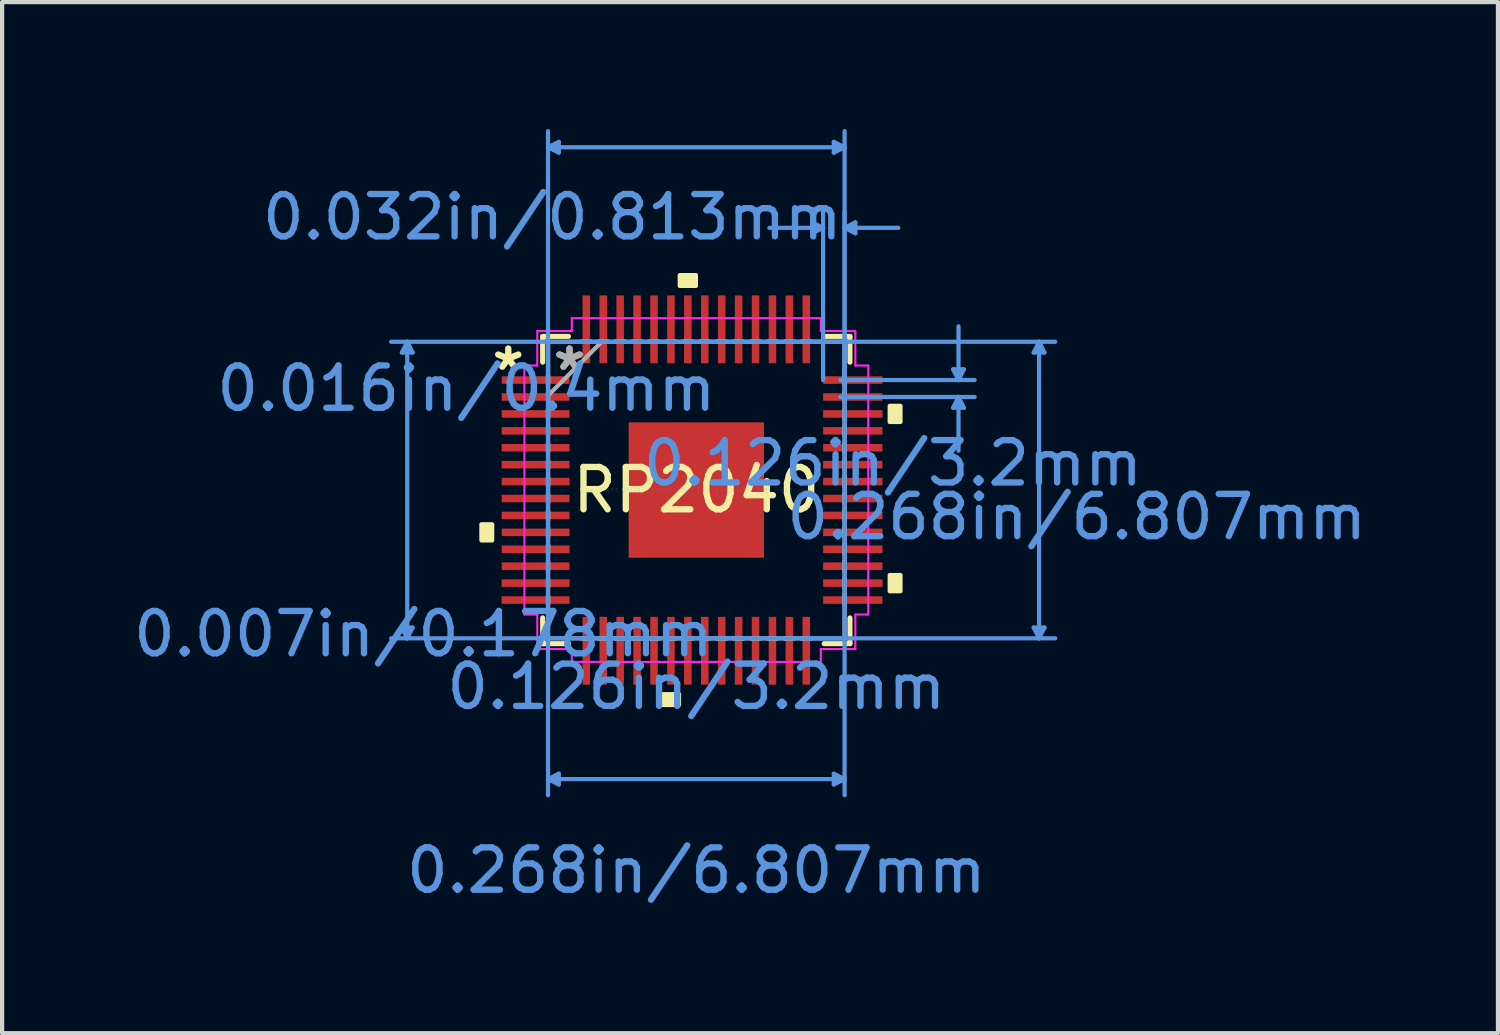
<source format=kicad_pcb>
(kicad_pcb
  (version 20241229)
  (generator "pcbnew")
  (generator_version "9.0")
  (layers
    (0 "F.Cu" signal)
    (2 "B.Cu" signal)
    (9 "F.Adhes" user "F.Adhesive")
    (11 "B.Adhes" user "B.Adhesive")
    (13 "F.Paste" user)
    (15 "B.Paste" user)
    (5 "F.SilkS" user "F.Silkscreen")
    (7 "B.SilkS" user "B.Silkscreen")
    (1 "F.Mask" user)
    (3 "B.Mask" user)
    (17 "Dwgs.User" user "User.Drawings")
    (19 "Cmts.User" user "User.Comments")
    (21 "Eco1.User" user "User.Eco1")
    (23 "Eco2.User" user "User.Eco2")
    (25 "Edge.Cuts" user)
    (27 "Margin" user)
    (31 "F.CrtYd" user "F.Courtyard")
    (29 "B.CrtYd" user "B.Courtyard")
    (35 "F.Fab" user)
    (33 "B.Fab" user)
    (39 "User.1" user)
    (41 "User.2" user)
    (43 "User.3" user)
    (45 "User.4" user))
  (footprint "RP2040"
    (layer "F.Cu")
    (at 13.41 8.534)
    (property "Reference" "RP2040" (at 0 0 0) (layer "F.SilkS") (effects (font (size 1 1) (thickness 0.15))))
    (attr through_hole)
    (fp_line (start -3.632 -3.632) (end -3.632 -3.022) (stroke (width 0.12) (type solid)) (layer "F.SilkS"))
    (fp_line (start -3.632 3.022) (end -3.632 3.632) (stroke (width 0.12) (type solid)) (layer "F.SilkS"))
    (fp_line (start -3.632 3.632) (end -3.022 3.632) (stroke (width 0.12) (type solid)) (layer "F.SilkS"))
    (fp_line (start -3.022 -3.632) (end -3.632 -3.632) (stroke (width 0.12) (type solid)) (layer "F.SilkS"))
    (fp_line (start 3.022 3.632) (end 3.632 3.632) (stroke (width 0.12) (type solid)) (layer "F.SilkS"))
    (fp_line (start 3.632 -3.632) (end 3.022 -3.632) (stroke (width 0.12) (type solid)) (layer "F.SilkS"))
    (fp_line (start 3.632 -3.022) (end 3.632 -3.632) (stroke (width 0.12) (type solid)) (layer "F.SilkS"))
    (fp_line (start 3.632 3.632) (end 3.632 3.022) (stroke (width 0.12) (type solid)) (layer "F.SilkS"))
    (fp_poly (pts (xy -5.08 0.81) (xy -5.08 1.191) (xy -4.826 1.191) (xy -4.826 0.81)) (stroke (width 0.1) (type solid)) (fill yes) (layer "F.SilkS"))
    (fp_poly (pts (xy -0.79 4.826) (xy -0.79 5.08) (xy -0.409 5.08) (xy -0.409 4.826)) (stroke (width 0.1) (type solid)) (fill yes) (layer "F.SilkS"))
    (fp_poly (pts (xy -0.391 -4.826) (xy -0.391 -5.08) (xy -0.009 -5.08) (xy -0.009 -4.826)) (stroke (width 0.1) (type solid)) (fill yes) (layer "F.SilkS"))
    (fp_poly (pts (xy 4.826 -1.99) (xy 4.826 -1.609) (xy 4.572 -1.609) (xy 4.572 -1.99)) (stroke (width 0.1) (type solid)) (fill yes) (layer "F.SilkS"))
    (fp_poly (pts (xy 4.826 2.01) (xy 4.826 2.391) (xy 4.572 2.391) (xy 4.572 2.01)) (stroke (width 0.1) (type solid)) (fill yes) (layer "F.SilkS"))
    (fp_poly (pts (xy -1.5 -1.5) (xy -1.5 -0.1) (xy -0.1 -0.1) (xy -0.1 -1.5)) (stroke (width 0.1) (type solid)) (fill yes) (layer "F.Paste"))
    (fp_poly (pts (xy -1.5 0.1) (xy -1.5 1.5) (xy -0.1 1.5) (xy -0.1 0.1)) (stroke (width 0.1) (type solid)) (fill yes) (layer "F.Paste"))
    (fp_poly (pts (xy 0.1 -1.5) (xy 0.1 -0.1) (xy 1.5 -0.1) (xy 1.5 -1.5)) (stroke (width 0.1) (type solid)) (fill yes) (layer "F.Paste"))
    (fp_poly (pts (xy 0.1 0.1) (xy 0.1 1.5) (xy 1.5 1.5) (xy 1.5 0.1)) (stroke (width 0.1) (type solid)) (fill yes) (layer "F.Paste"))
    (fp_line (start -6.96 -3.251) (end -6.706 -3.251) (stroke (width 0.1) (type solid)) (layer "Cmts.User"))
    (fp_line (start -6.96 3.251) (end -6.706 3.251) (stroke (width 0.1) (type solid)) (layer "Cmts.User"))
    (fp_line (start -6.833 -3.505) (end -6.96 -3.251) (stroke (width 0.1) (type solid)) (layer "Cmts.User"))
    (fp_line (start -6.833 -3.505) (end -6.833 3.505) (stroke (width 0.1) (type solid)) (layer "Cmts.User"))
    (fp_line (start -6.833 -3.505) (end -6.706 -3.251) (stroke (width 0.1) (type solid)) (layer "Cmts.User"))
    (fp_line (start -6.833 3.505) (end -6.96 3.251) (stroke (width 0.1) (type solid)) (layer "Cmts.User"))
    (fp_line (start -6.833 3.505) (end -6.706 3.251) (stroke (width 0.1) (type solid)) (layer "Cmts.User"))
    (fp_line (start -3.505 -8.103) (end -3.251 -8.23) (stroke (width 0.1) (type solid)) (layer "Cmts.User"))
    (fp_line (start -3.505 -8.103) (end -3.251 -7.976) (stroke (width 0.1) (type solid)) (layer "Cmts.User"))
    (fp_line (start -3.505 -8.103) (end 3.505 -8.103) (stroke (width 0.1) (type solid)) (layer "Cmts.User"))
    (fp_line (start -3.505 -3.505) (end -3.505 7.214) (stroke (width 0.1) (type solid)) (layer "Cmts.User"))
    (fp_line (start -3.505 -2.6) (end -3.505 -8.484) (stroke (width 0.1) (type solid)) (layer "Cmts.User"))
    (fp_line (start -3.505 6.833) (end -3.251 6.706) (stroke (width 0.1) (type solid)) (layer "Cmts.User"))
    (fp_line (start -3.505 6.833) (end -3.251 6.96) (stroke (width 0.1) (type solid)) (layer "Cmts.User"))
    (fp_line (start -3.505 6.833) (end 3.505 6.833) (stroke (width 0.1) (type solid)) (layer "Cmts.User"))
    (fp_line (start -3.251 -8.23) (end -3.251 -7.976) (stroke (width 0.1) (type solid)) (layer "Cmts.User"))
    (fp_line (start -3.251 6.706) (end -3.251 6.96) (stroke (width 0.1) (type solid)) (layer "Cmts.User"))
    (fp_line (start 2.6 -3.505) (end 8.484 -3.505) (stroke (width 0.1) (type solid)) (layer "Cmts.User"))
    (fp_line (start 2.6 3.505) (end 8.484 3.505) (stroke (width 0.1) (type solid)) (layer "Cmts.User"))
    (fp_line (start 2.743 -6.325) (end 2.743 -6.071) (stroke (width 0.1) (type solid)) (layer "Cmts.User"))
    (fp_line (start 2.997 -6.198) (end 1.727 -6.198) (stroke (width 0.1) (type solid)) (layer "Cmts.User"))
    (fp_line (start 2.997 -6.198) (end 2.743 -6.325) (stroke (width 0.1) (type solid)) (layer "Cmts.User"))
    (fp_line (start 2.997 -6.198) (end 2.743 -6.071) (stroke (width 0.1) (type solid)) (layer "Cmts.User"))
    (fp_line (start 2.997 -2.6) (end 2.997 -6.579) (stroke (width 0.1) (type solid)) (layer "Cmts.User"))
    (fp_line (start 3.251 -8.23) (end 3.251 -7.976) (stroke (width 0.1) (type solid)) (layer "Cmts.User"))
    (fp_line (start 3.251 6.706) (end 3.251 6.96) (stroke (width 0.1) (type solid)) (layer "Cmts.User"))
    (fp_line (start 3.404 -2.6) (end 6.579 -2.6) (stroke (width 0.1) (type solid)) (layer "Cmts.User"))
    (fp_line (start 3.404 -2.2) (end 6.579 -2.2) (stroke (width 0.1) (type solid)) (layer "Cmts.User"))
    (fp_line (start 3.505 -8.103) (end 3.251 -8.23) (stroke (width 0.1) (type solid)) (layer "Cmts.User"))
    (fp_line (start 3.505 -8.103) (end 3.251 -7.976) (stroke (width 0.1) (type solid)) (layer "Cmts.User"))
    (fp_line (start 3.505 -6.198) (end 3.759 -6.325) (stroke (width 0.1) (type solid)) (layer "Cmts.User"))
    (fp_line (start 3.505 -6.198) (end 3.759 -6.071) (stroke (width 0.1) (type solid)) (layer "Cmts.User"))
    (fp_line (start 3.505 -6.198) (end 4.775 -6.198) (stroke (width 0.1) (type solid)) (layer "Cmts.User"))
    (fp_line (start 3.505 -3.505) (end -7.214 -3.505) (stroke (width 0.1) (type solid)) (layer "Cmts.User"))
    (fp_line (start 3.505 -3.505) (end 3.505 7.214) (stroke (width 0.1) (type solid)) (layer "Cmts.User"))
    (fp_line (start 3.505 -2.6) (end 3.505 -8.484) (stroke (width 0.1) (type solid)) (layer "Cmts.User"))
    (fp_line (start 3.505 -2.6) (end 3.505 -6.579) (stroke (width 0.1) (type solid)) (layer "Cmts.User"))
    (fp_line (start 3.505 3.505) (end -7.214 3.505) (stroke (width 0.1) (type solid)) (layer "Cmts.User"))
    (fp_line (start 3.505 6.833) (end 3.251 6.706) (stroke (width 0.1) (type solid)) (layer "Cmts.User"))
    (fp_line (start 3.505 6.833) (end 3.251 6.96) (stroke (width 0.1) (type solid)) (layer "Cmts.User"))
    (fp_line (start 3.759 -6.325) (end 3.759 -6.071) (stroke (width 0.1) (type solid)) (layer "Cmts.User"))
    (fp_line (start 6.071 -2.854) (end 6.325 -2.854) (stroke (width 0.1) (type solid)) (layer "Cmts.User"))
    (fp_line (start 6.071 -1.946) (end 6.325 -1.946) (stroke (width 0.1) (type solid)) (layer "Cmts.User"))
    (fp_line (start 6.198 -2.6) (end 6.071 -2.854) (stroke (width 0.1) (type solid)) (layer "Cmts.User"))
    (fp_line (start 6.198 -2.6) (end 6.198 -3.87) (stroke (width 0.1) (type solid)) (layer "Cmts.User"))
    (fp_line (start 6.198 -2.6) (end 6.325 -2.854) (stroke (width 0.1) (type solid)) (layer "Cmts.User"))
    (fp_line (start 6.198 -2.2) (end 6.071 -1.946) (stroke (width 0.1) (type solid)) (layer "Cmts.User"))
    (fp_line (start 6.198 -2.2) (end 6.198 -0.93) (stroke (width 0.1) (type solid)) (layer "Cmts.User"))
    (fp_line (start 6.198 -2.2) (end 6.325 -1.946) (stroke (width 0.1) (type solid)) (layer "Cmts.User"))
    (fp_line (start 7.976 -3.251) (end 8.23 -3.251) (stroke (width 0.1) (type solid)) (layer "Cmts.User"))
    (fp_line (start 7.976 3.251) (end 8.23 3.251) (stroke (width 0.1) (type solid)) (layer "Cmts.User"))
    (fp_line (start 8.103 -3.505) (end 7.976 -3.251) (stroke (width 0.1) (type solid)) (layer "Cmts.User"))
    (fp_line (start 8.103 -3.505) (end 8.103 3.505) (stroke (width 0.1) (type solid)) (layer "Cmts.User"))
    (fp_line (start 8.103 -3.505) (end 8.23 -3.251) (stroke (width 0.1) (type solid)) (layer "Cmts.User"))
    (fp_line (start 8.103 3.505) (end 7.976 3.251) (stroke (width 0.1) (type solid)) (layer "Cmts.User"))
    (fp_line (start 8.103 3.505) (end 8.23 3.251) (stroke (width 0.1) (type solid)) (layer "Cmts.User"))
    (fp_line (start -4.064 -2.943) (end -3.759 -2.943) (stroke (width 0.05) (type solid)) (layer "F.CrtYd"))
    (fp_line (start -4.064 2.943) (end -4.064 -2.943) (stroke (width 0.05) (type solid)) (layer "F.CrtYd"))
    (fp_line (start -3.759 -3.759) (end -2.943 -3.759) (stroke (width 0.05) (type solid)) (layer "F.CrtYd"))
    (fp_line (start -3.759 -2.943) (end -3.759 -3.759) (stroke (width 0.05) (type solid)) (layer "F.CrtYd"))
    (fp_line (start -3.759 2.943) (end -4.064 2.943) (stroke (width 0.05) (type solid)) (layer "F.CrtYd"))
    (fp_line (start -3.759 3.759) (end -3.759 2.943) (stroke (width 0.05) (type solid)) (layer "F.CrtYd"))
    (fp_line (start -2.943 -4.064) (end 2.943 -4.064) (stroke (width 0.05) (type solid)) (layer "F.CrtYd"))
    (fp_line (start -2.943 -3.759) (end -2.943 -4.064) (stroke (width 0.05) (type solid)) (layer "F.CrtYd"))
    (fp_line (start -2.943 3.759) (end -3.759 3.759) (stroke (width 0.05) (type solid)) (layer "F.CrtYd"))
    (fp_line (start -2.943 4.064) (end -2.943 3.759) (stroke (width 0.05) (type solid)) (layer "F.CrtYd"))
    (fp_line (start 2.943 -4.064) (end 2.943 -3.759) (stroke (width 0.05) (type solid)) (layer "F.CrtYd"))
    (fp_line (start 2.943 -3.759) (end 3.759 -3.759) (stroke (width 0.05) (type solid)) (layer "F.CrtYd"))
    (fp_line (start 2.943 3.759) (end 2.943 4.064) (stroke (width 0.05) (type solid)) (layer "F.CrtYd"))
    (fp_line (start 2.943 4.064) (end -2.943 4.064) (stroke (width 0.05) (type solid)) (layer "F.CrtYd"))
    (fp_line (start 3.759 -3.759) (end 3.759 -2.943) (stroke (width 0.05) (type solid)) (layer "F.CrtYd"))
    (fp_line (start 3.759 -2.943) (end 4.064 -2.943) (stroke (width 0.05) (type solid)) (layer "F.CrtYd"))
    (fp_line (start 3.759 2.943) (end 3.759 3.759) (stroke (width 0.05) (type solid)) (layer "F.CrtYd"))
    (fp_line (start 3.759 3.759) (end 2.943 3.759) (stroke (width 0.05) (type solid)) (layer "F.CrtYd"))
    (fp_line (start 4.064 -2.943) (end 4.064 2.943) (stroke (width 0.05) (type solid)) (layer "F.CrtYd"))
    (fp_line (start 4.064 2.943) (end 3.759 2.943) (stroke (width 0.05) (type solid)) (layer "F.CrtYd"))
    (fp_line (start -3.505 -3.505) (end -3.505 -3.505) (stroke (width 0.1) (type solid)) (layer "F.Fab"))
    (fp_line (start -3.505 -3.505) (end -3.505 3.505) (stroke (width 0.1) (type solid)) (layer "F.Fab"))
    (fp_line (start -3.505 -2.714) (end -3.505 -2.714) (stroke (width 0.1) (type solid)) (layer "F.Fab"))
    (fp_line (start -3.505 -2.714) (end -3.505 -2.486) (stroke (width 0.1) (type solid)) (layer "F.Fab"))
    (fp_line (start -3.505 -2.486) (end -3.505 -2.714) (stroke (width 0.1) (type solid)) (layer "F.Fab"))
    (fp_line (start -3.505 -2.486) (end -3.505 -2.486) (stroke (width 0.1) (type solid)) (layer "F.Fab"))
    (fp_line (start -3.505 -2.314) (end -3.505 -2.314) (stroke (width 0.1) (type solid)) (layer "F.Fab"))
    (fp_line (start -3.505 -2.314) (end -3.505 -2.086) (stroke (width 0.1) (type solid)) (layer "F.Fab"))
    (fp_line (start -3.505 -2.235) (end -2.235 -3.505) (stroke (width 0.1) (type solid)) (layer "F.Fab"))
    (fp_line (start -3.505 -2.086) (end -3.505 -2.314) (stroke (width 0.1) (type solid)) (layer "F.Fab"))
    (fp_line (start -3.505 -2.086) (end -3.505 -2.086) (stroke (width 0.1) (type solid)) (layer "F.Fab"))
    (fp_line (start -3.505 -1.914) (end -3.505 -1.914) (stroke (width 0.1) (type solid)) (layer "F.Fab"))
    (fp_line (start -3.505 -1.914) (end -3.505 -1.686) (stroke (width 0.1) (type solid)) (layer "F.Fab"))
    (fp_line (start -3.505 -1.686) (end -3.505 -1.914) (stroke (width 0.1) (type solid)) (layer "F.Fab"))
    (fp_line (start -3.505 -1.686) (end -3.505 -1.686) (stroke (width 0.1) (type solid)) (layer "F.Fab"))
    (fp_line (start -3.505 -1.514) (end -3.505 -1.514) (stroke (width 0.1) (type solid)) (layer "F.Fab"))
    (fp_line (start -3.505 -1.514) (end -3.505 -1.286) (stroke (width 0.1) (type solid)) (layer "F.Fab"))
    (fp_line (start -3.505 -1.286) (end -3.505 -1.514) (stroke (width 0.1) (type solid)) (layer "F.Fab"))
    (fp_line (start -3.505 -1.286) (end -3.505 -1.286) (stroke (width 0.1) (type solid)) (layer "F.Fab"))
    (fp_line (start -3.505 -1.114) (end -3.505 -1.114) (stroke (width 0.1) (type solid)) (layer "F.Fab"))
    (fp_line (start -3.505 -1.114) (end -3.505 -0.886) (stroke (width 0.1) (type solid)) (layer "F.Fab"))
    (fp_line (start -3.505 -0.886) (end -3.505 -1.114) (stroke (width 0.1) (type solid)) (layer "F.Fab"))
    (fp_line (start -3.505 -0.886) (end -3.505 -0.886) (stroke (width 0.1) (type solid)) (layer "F.Fab"))
    (fp_line (start -3.505 -0.714) (end -3.505 -0.714) (stroke (width 0.1) (type solid)) (layer "F.Fab"))
    (fp_line (start -3.505 -0.714) (end -3.505 -0.486) (stroke (width 0.1) (type solid)) (layer "F.Fab"))
    (fp_line (start -3.505 -0.486) (end -3.505 -0.714) (stroke (width 0.1) (type solid)) (layer "F.Fab"))
    (fp_line (start -3.505 -0.486) (end -3.505 -0.486) (stroke (width 0.1) (type solid)) (layer "F.Fab"))
    (fp_line (start -3.505 -0.314) (end -3.505 -0.314) (stroke (width 0.1) (type solid)) (layer "F.Fab"))
    (fp_line (start -3.505 -0.314) (end -3.505 -0.086) (stroke (width 0.1) (type solid)) (layer "F.Fab"))
    (fp_line (start -3.505 -0.086) (end -3.505 -0.314) (stroke (width 0.1) (type solid)) (layer "F.Fab"))
    (fp_line (start -3.505 -0.086) (end -3.505 -0.086) (stroke (width 0.1) (type solid)) (layer "F.Fab"))
    (fp_line (start -3.505 0.086) (end -3.505 0.086) (stroke (width 0.1) (type solid)) (layer "F.Fab"))
    (fp_line (start -3.505 0.086) (end -3.505 0.314) (stroke (width 0.1) (type solid)) (layer "F.Fab"))
    (fp_line (start -3.505 0.314) (end -3.505 0.086) (stroke (width 0.1) (type solid)) (layer "F.Fab"))
    (fp_line (start -3.505 0.314) (end -3.505 0.314) (stroke (width 0.1) (type solid)) (layer "F.Fab"))
    (fp_line (start -3.505 0.486) (end -3.505 0.486) (stroke (width 0.1) (type solid)) (layer "F.Fab"))
    (fp_line (start -3.505 0.486) (end -3.505 0.714) (stroke (width 0.1) (type solid)) (layer "F.Fab"))
    (fp_line (start -3.505 0.714) (end -3.505 0.486) (stroke (width 0.1) (type solid)) (layer "F.Fab"))
    (fp_line (start -3.505 0.714) (end -3.505 0.714) (stroke (width 0.1) (type solid)) (layer "F.Fab"))
    (fp_line (start -3.505 0.886) (end -3.505 0.886) (stroke (width 0.1) (type solid)) (layer "F.Fab"))
    (fp_line (start -3.505 0.886) (end -3.505 1.114) (stroke (width 0.1) (type solid)) (layer "F.Fab"))
    (fp_line (start -3.505 1.114) (end -3.505 0.886) (stroke (width 0.1) (type solid)) (layer "F.Fab"))
    (fp_line (start -3.505 1.114) (end -3.505 1.114) (stroke (width 0.1) (type solid)) (layer "F.Fab"))
    (fp_line (start -3.505 1.286) (end -3.505 1.286) (stroke (width 0.1) (type solid)) (layer "F.Fab"))
    (fp_line (start -3.505 1.286) (end -3.505 1.514) (stroke (width 0.1) (type solid)) (layer "F.Fab"))
    (fp_line (start -3.505 1.514) (end -3.505 1.286) (stroke (width 0.1) (type solid)) (layer "F.Fab"))
    (fp_line (start -3.505 1.514) (end -3.505 1.514) (stroke (width 0.1) (type solid)) (layer "F.Fab"))
    (fp_line (start -3.505 1.686) (end -3.505 1.686) (stroke (width 0.1) (type solid)) (layer "F.Fab"))
    (fp_line (start -3.505 1.686) (end -3.505 1.914) (stroke (width 0.1) (type solid)) (layer "F.Fab"))
    (fp_line (start -3.505 1.914) (end -3.505 1.686) (stroke (width 0.1) (type solid)) (layer "F.Fab"))
    (fp_line (start -3.505 1.914) (end -3.505 1.914) (stroke (width 0.1) (type solid)) (layer "F.Fab"))
    (fp_line (start -3.505 2.086) (end -3.505 2.086) (stroke (width 0.1) (type solid)) (layer "F.Fab"))
    (fp_line (start -3.505 2.086) (end -3.505 2.314) (stroke (width 0.1) (type solid)) (layer "F.Fab"))
    (fp_line (start -3.505 2.314) (end -3.505 2.086) (stroke (width 0.1) (type solid)) (layer "F.Fab"))
    (fp_line (start -3.505 2.314) (end -3.505 2.314) (stroke (width 0.1) (type solid)) (layer "F.Fab"))
    (fp_line (start -3.505 2.486) (end -3.505 2.486) (stroke (width 0.1) (type solid)) (layer "F.Fab"))
    (fp_line (start -3.505 2.486) (end -3.505 2.714) (stroke (width 0.1) (type solid)) (layer "F.Fab"))
    (fp_line (start -3.505 2.714) (end -3.505 2.486) (stroke (width 0.1) (type solid)) (layer "F.Fab"))
    (fp_line (start -3.505 2.714) (end -3.505 2.714) (stroke (width 0.1) (type solid)) (layer "F.Fab"))
    (fp_line (start -3.505 3.505) (end -3.505 3.505) (stroke (width 0.1) (type solid)) (layer "F.Fab"))
    (fp_line (start -3.505 3.505) (end 3.505 3.505) (stroke (width 0.1) (type solid)) (layer "F.Fab"))
    (fp_line (start -2.714 -3.505) (end -2.714 -3.505) (stroke (width 0.1) (type solid)) (layer "F.Fab"))
    (fp_line (start -2.714 -3.505) (end -2.486 -3.505) (stroke (width 0.1) (type solid)) (layer "F.Fab"))
    (fp_line (start -2.714 3.505) (end -2.714 3.505) (stroke (width 0.1) (type solid)) (layer "F.Fab"))
    (fp_line (start -2.714 3.505) (end -2.486 3.505) (stroke (width 0.1) (type solid)) (layer "F.Fab"))
    (fp_line (start -2.486 -3.505) (end -2.714 -3.505) (stroke (width 0.1) (type solid)) (layer "F.Fab"))
    (fp_line (start -2.486 -3.505) (end -2.486 -3.505) (stroke (width 0.1) (type solid)) (layer "F.Fab"))
    (fp_line (start -2.486 3.505) (end -2.714 3.505) (stroke (width 0.1) (type solid)) (layer "F.Fab"))
    (fp_line (start -2.486 3.505) (end -2.486 3.505) (stroke (width 0.1) (type solid)) (layer "F.Fab"))
    (fp_line (start -2.314 -3.505) (end -2.314 -3.505) (stroke (width 0.1) (type solid)) (layer "F.Fab"))
    (fp_line (start -2.314 -3.505) (end -2.086 -3.505) (stroke (width 0.1) (type solid)) (layer "F.Fab"))
    (fp_line (start -2.314 3.505) (end -2.314 3.505) (stroke (width 0.1) (type solid)) (layer "F.Fab"))
    (fp_line (start -2.314 3.505) (end -2.086 3.505) (stroke (width 0.1) (type solid)) (layer "F.Fab"))
    (fp_line (start -2.086 -3.505) (end -2.314 -3.505) (stroke (width 0.1) (type solid)) (layer "F.Fab"))
    (fp_line (start -2.086 -3.505) (end -2.086 -3.505) (stroke (width 0.1) (type solid)) (layer "F.Fab"))
    (fp_line (start -2.086 3.505) (end -2.314 3.505) (stroke (width 0.1) (type solid)) (layer "F.Fab"))
    (fp_line (start -2.086 3.505) (end -2.086 3.505) (stroke (width 0.1) (type solid)) (layer "F.Fab"))
    (fp_line (start -1.914 -3.505) (end -1.914 -3.505) (stroke (width 0.1) (type solid)) (layer "F.Fab"))
    (fp_line (start -1.914 -3.505) (end -1.686 -3.505) (stroke (width 0.1) (type solid)) (layer "F.Fab"))
    (fp_line (start -1.914 3.505) (end -1.914 3.505) (stroke (width 0.1) (type solid)) (layer "F.Fab"))
    (fp_line (start -1.914 3.505) (end -1.686 3.505) (stroke (width 0.1) (type solid)) (layer "F.Fab"))
    (fp_line (start -1.686 -3.505) (end -1.914 -3.505) (stroke (width 0.1) (type solid)) (layer "F.Fab"))
    (fp_line (start -1.686 -3.505) (end -1.686 -3.505) (stroke (width 0.1) (type solid)) (layer "F.Fab"))
    (fp_line (start -1.686 3.505) (end -1.914 3.505) (stroke (width 0.1) (type solid)) (layer "F.Fab"))
    (fp_line (start -1.686 3.505) (end -1.686 3.505) (stroke (width 0.1) (type solid)) (layer "F.Fab"))
    (fp_line (start -1.514 -3.505) (end -1.514 -3.505) (stroke (width 0.1) (type solid)) (layer "F.Fab"))
    (fp_line (start -1.514 -3.505) (end -1.286 -3.505) (stroke (width 0.1) (type solid)) (layer "F.Fab"))
    (fp_line (start -1.514 3.505) (end -1.514 3.505) (stroke (width 0.1) (type solid)) (layer "F.Fab"))
    (fp_line (start -1.514 3.505) (end -1.286 3.505) (stroke (width 0.1) (type solid)) (layer "F.Fab"))
    (fp_line (start -1.286 -3.505) (end -1.514 -3.505) (stroke (width 0.1) (type solid)) (layer "F.Fab"))
    (fp_line (start -1.286 -3.505) (end -1.286 -3.505) (stroke (width 0.1) (type solid)) (layer "F.Fab"))
    (fp_line (start -1.286 3.505) (end -1.514 3.505) (stroke (width 0.1) (type solid)) (layer "F.Fab"))
    (fp_line (start -1.286 3.505) (end -1.286 3.505) (stroke (width 0.1) (type solid)) (layer "F.Fab"))
    (fp_line (start -1.114 -3.505) (end -1.114 -3.505) (stroke (width 0.1) (type solid)) (layer "F.Fab"))
    (fp_line (start -1.114 -3.505) (end -0.886 -3.505) (stroke (width 0.1) (type solid)) (layer "F.Fab"))
    (fp_line (start -1.114 3.505) (end -1.114 3.505) (stroke (width 0.1) (type solid)) (layer "F.Fab"))
    (fp_line (start -1.114 3.505) (end -0.886 3.505) (stroke (width 0.1) (type solid)) (layer "F.Fab"))
    (fp_line (start -0.886 -3.505) (end -1.114 -3.505) (stroke (width 0.1) (type solid)) (layer "F.Fab"))
    (fp_line (start -0.886 -3.505) (end -0.886 -3.505) (stroke (width 0.1) (type solid)) (layer "F.Fab"))
    (fp_line (start -0.886 3.505) (end -1.114 3.505) (stroke (width 0.1) (type solid)) (layer "F.Fab"))
    (fp_line (start -0.886 3.505) (end -0.886 3.505) (stroke (width 0.1) (type solid)) (layer "F.Fab"))
    (fp_line (start -0.714 -3.505) (end -0.714 -3.505) (stroke (width 0.1) (type solid)) (layer "F.Fab"))
    (fp_line (start -0.714 -3.505) (end -0.486 -3.505) (stroke (width 0.1) (type solid)) (layer "F.Fab"))
    (fp_line (start -0.714 3.505) (end -0.714 3.505) (stroke (width 0.1) (type solid)) (layer "F.Fab"))
    (fp_line (start -0.714 3.505) (end -0.486 3.505) (stroke (width 0.1) (type solid)) (layer "F.Fab"))
    (fp_line (start -0.486 -3.505) (end -0.714 -3.505) (stroke (width 0.1) (type solid)) (layer "F.Fab"))
    (fp_line (start -0.486 -3.505) (end -0.486 -3.505) (stroke (width 0.1) (type solid)) (layer "F.Fab"))
    (fp_line (start -0.486 3.505) (end -0.714 3.505) (stroke (width 0.1) (type solid)) (layer "F.Fab"))
    (fp_line (start -0.486 3.505) (end -0.486 3.505) (stroke (width 0.1) (type solid)) (layer "F.Fab"))
    (fp_line (start -0.314 -3.505) (end -0.314 -3.505) (stroke (width 0.1) (type solid)) (layer "F.Fab"))
    (fp_line (start -0.314 -3.505) (end -0.086 -3.505) (stroke (width 0.1) (type solid)) (layer "F.Fab"))
    (fp_line (start -0.314 3.505) (end -0.314 3.505) (stroke (width 0.1) (type solid)) (layer "F.Fab"))
    (fp_line (start -0.314 3.505) (end -0.086 3.505) (stroke (width 0.1) (type solid)) (layer "F.Fab"))
    (fp_line (start -0.086 -3.505) (end -0.314 -3.505) (stroke (width 0.1) (type solid)) (layer "F.Fab"))
    (fp_line (start -0.086 -3.505) (end -0.086 -3.505) (stroke (width 0.1) (type solid)) (layer "F.Fab"))
    (fp_line (start -0.086 3.505) (end -0.314 3.505) (stroke (width 0.1) (type solid)) (layer "F.Fab"))
    (fp_line (start -0.086 3.505) (end -0.086 3.505) (stroke (width 0.1) (type solid)) (layer "F.Fab"))
    (fp_line (start 0.086 -3.505) (end 0.086 -3.505) (stroke (width 0.1) (type solid)) (layer "F.Fab"))
    (fp_line (start 0.086 -3.505) (end 0.314 -3.505) (stroke (width 0.1) (type solid)) (layer "F.Fab"))
    (fp_line (start 0.086 3.505) (end 0.086 3.505) (stroke (width 0.1) (type solid)) (layer "F.Fab"))
    (fp_line (start 0.086 3.505) (end 0.314 3.505) (stroke (width 0.1) (type solid)) (layer "F.Fab"))
    (fp_line (start 0.314 -3.505) (end 0.086 -3.505) (stroke (width 0.1) (type solid)) (layer "F.Fab"))
    (fp_line (start 0.314 -3.505) (end 0.314 -3.505) (stroke (width 0.1) (type solid)) (layer "F.Fab"))
    (fp_line (start 0.314 3.505) (end 0.086 3.505) (stroke (width 0.1) (type solid)) (layer "F.Fab"))
    (fp_line (start 0.314 3.505) (end 0.314 3.505) (stroke (width 0.1) (type solid)) (layer "F.Fab"))
    (fp_line (start 0.486 -3.505) (end 0.486 -3.505) (stroke (width 0.1) (type solid)) (layer "F.Fab"))
    (fp_line (start 0.486 -3.505) (end 0.714 -3.505) (stroke (width 0.1) (type solid)) (layer "F.Fab"))
    (fp_line (start 0.486 3.505) (end 0.486 3.505) (stroke (width 0.1) (type solid)) (layer "F.Fab"))
    (fp_line (start 0.486 3.505) (end 0.714 3.505) (stroke (width 0.1) (type solid)) (layer "F.Fab"))
    (fp_line (start 0.714 -3.505) (end 0.486 -3.505) (stroke (width 0.1) (type solid)) (layer "F.Fab"))
    (fp_line (start 0.714 -3.505) (end 0.714 -3.505) (stroke (width 0.1) (type solid)) (layer "F.Fab"))
    (fp_line (start 0.714 3.505) (end 0.486 3.505) (stroke (width 0.1) (type solid)) (layer "F.Fab"))
    (fp_line (start 0.714 3.505) (end 0.714 3.505) (stroke (width 0.1) (type solid)) (layer "F.Fab"))
    (fp_line (start 0.886 -3.505) (end 0.886 -3.505) (stroke (width 0.1) (type solid)) (layer "F.Fab"))
    (fp_line (start 0.886 -3.505) (end 1.114 -3.505) (stroke (width 0.1) (type solid)) (layer "F.Fab"))
    (fp_line (start 0.886 3.505) (end 0.886 3.505) (stroke (width 0.1) (type solid)) (layer "F.Fab"))
    (fp_line (start 0.886 3.505) (end 1.114 3.505) (stroke (width 0.1) (type solid)) (layer "F.Fab"))
    (fp_line (start 1.114 -3.505) (end 0.886 -3.505) (stroke (width 0.1) (type solid)) (layer "F.Fab"))
    (fp_line (start 1.114 -3.505) (end 1.114 -3.505) (stroke (width 0.1) (type solid)) (layer "F.Fab"))
    (fp_line (start 1.114 3.505) (end 0.886 3.505) (stroke (width 0.1) (type solid)) (layer "F.Fab"))
    (fp_line (start 1.114 3.505) (end 1.114 3.505) (stroke (width 0.1) (type solid)) (layer "F.Fab"))
    (fp_line (start 1.286 -3.505) (end 1.286 -3.505) (stroke (width 0.1) (type solid)) (layer "F.Fab"))
    (fp_line (start 1.286 -3.505) (end 1.514 -3.505) (stroke (width 0.1) (type solid)) (layer "F.Fab"))
    (fp_line (start 1.286 3.505) (end 1.286 3.505) (stroke (width 0.1) (type solid)) (layer "F.Fab"))
    (fp_line (start 1.286 3.505) (end 1.514 3.505) (stroke (width 0.1) (type solid)) (layer "F.Fab"))
    (fp_line (start 1.514 -3.505) (end 1.286 -3.505) (stroke (width 0.1) (type solid)) (layer "F.Fab"))
    (fp_line (start 1.514 -3.505) (end 1.514 -3.505) (stroke (width 0.1) (type solid)) (layer "F.Fab"))
    (fp_line (start 1.514 3.505) (end 1.286 3.505) (stroke (width 0.1) (type solid)) (layer "F.Fab"))
    (fp_line (start 1.514 3.505) (end 1.514 3.505) (stroke (width 0.1) (type solid)) (layer "F.Fab"))
    (fp_line (start 1.686 -3.505) (end 1.686 -3.505) (stroke (width 0.1) (type solid)) (layer "F.Fab"))
    (fp_line (start 1.686 -3.505) (end 1.914 -3.505) (stroke (width 0.1) (type solid)) (layer "F.Fab"))
    (fp_line (start 1.686 3.505) (end 1.686 3.505) (stroke (width 0.1) (type solid)) (layer "F.Fab"))
    (fp_line (start 1.686 3.505) (end 1.914 3.505) (stroke (width 0.1) (type solid)) (layer "F.Fab"))
    (fp_line (start 1.914 -3.505) (end 1.686 -3.505) (stroke (width 0.1) (type solid)) (layer "F.Fab"))
    (fp_line (start 1.914 -3.505) (end 1.914 -3.505) (stroke (width 0.1) (type solid)) (layer "F.Fab"))
    (fp_line (start 1.914 3.505) (end 1.686 3.505) (stroke (width 0.1) (type solid)) (layer "F.Fab"))
    (fp_line (start 1.914 3.505) (end 1.914 3.505) (stroke (width 0.1) (type solid)) (layer "F.Fab"))
    (fp_line (start 2.086 -3.505) (end 2.086 -3.505) (stroke (width 0.1) (type solid)) (layer "F.Fab"))
    (fp_line (start 2.086 -3.505) (end 2.314 -3.505) (stroke (width 0.1) (type solid)) (layer "F.Fab"))
    (fp_line (start 2.086 3.505) (end 2.086 3.505) (stroke (width 0.1) (type solid)) (layer "F.Fab"))
    (fp_line (start 2.086 3.505) (end 2.314 3.505) (stroke (width 0.1) (type solid)) (layer "F.Fab"))
    (fp_line (start 2.314 -3.505) (end 2.086 -3.505) (stroke (width 0.1) (type solid)) (layer "F.Fab"))
    (fp_line (start 2.314 -3.505) (end 2.314 -3.505) (stroke (width 0.1) (type solid)) (layer "F.Fab"))
    (fp_line (start 2.314 3.505) (end 2.086 3.505) (stroke (width 0.1) (type solid)) (layer "F.Fab"))
    (fp_line (start 2.314 3.505) (end 2.314 3.505) (stroke (width 0.1) (type solid)) (layer "F.Fab"))
    (fp_line (start 2.486 -3.505) (end 2.486 -3.505) (stroke (width 0.1) (type solid)) (layer "F.Fab"))
    (fp_line (start 2.486 -3.505) (end 2.714 -3.505) (stroke (width 0.1) (type solid)) (layer "F.Fab"))
    (fp_line (start 2.486 3.505) (end 2.486 3.505) (stroke (width 0.1) (type solid)) (layer "F.Fab"))
    (fp_line (start 2.486 3.505) (end 2.714 3.505) (stroke (width 0.1) (type solid)) (layer "F.Fab"))
    (fp_line (start 2.714 -3.505) (end 2.486 -3.505) (stroke (width 0.1) (type solid)) (layer "F.Fab"))
    (fp_line (start 2.714 -3.505) (end 2.714 -3.505) (stroke (width 0.1) (type solid)) (layer "F.Fab"))
    (fp_line (start 2.714 3.505) (end 2.486 3.505) (stroke (width 0.1) (type solid)) (layer "F.Fab"))
    (fp_line (start 2.714 3.505) (end 2.714 3.505) (stroke (width 0.1) (type solid)) (layer "F.Fab"))
    (fp_line (start 3.505 -3.505) (end -3.505 -3.505) (stroke (width 0.1) (type solid)) (layer "F.Fab"))
    (fp_line (start 3.505 -3.505) (end 3.505 -3.505) (stroke (width 0.1) (type solid)) (layer "F.Fab"))
    (fp_line (start 3.505 -2.714) (end 3.505 -2.714) (stroke (width 0.1) (type solid)) (layer "F.Fab"))
    (fp_line (start 3.505 -2.714) (end 3.505 -2.486) (stroke (width 0.1) (type solid)) (layer "F.Fab"))
    (fp_line (start 3.505 -2.486) (end 3.505 -2.714) (stroke (width 0.1) (type solid)) (layer "F.Fab"))
    (fp_line (start 3.505 -2.486) (end 3.505 -2.486) (stroke (width 0.1) (type solid)) (layer "F.Fab"))
    (fp_line (start 3.505 -2.314) (end 3.505 -2.314) (stroke (width 0.1) (type solid)) (layer "F.Fab"))
    (fp_line (start 3.505 -2.314) (end 3.505 -2.086) (stroke (width 0.1) (type solid)) (layer "F.Fab"))
    (fp_line (start 3.505 -2.086) (end 3.505 -2.314) (stroke (width 0.1) (type solid)) (layer "F.Fab"))
    (fp_line (start 3.505 -2.086) (end 3.505 -2.086) (stroke (width 0.1) (type solid)) (layer "F.Fab"))
    (fp_line (start 3.505 -1.914) (end 3.505 -1.914) (stroke (width 0.1) (type solid)) (layer "F.Fab"))
    (fp_line (start 3.505 -1.914) (end 3.505 -1.686) (stroke (width 0.1) (type solid)) (layer "F.Fab"))
    (fp_line (start 3.505 -1.686) (end 3.505 -1.914) (stroke (width 0.1) (type solid)) (layer "F.Fab"))
    (fp_line (start 3.505 -1.686) (end 3.505 -1.686) (stroke (width 0.1) (type solid)) (layer "F.Fab"))
    (fp_line (start 3.505 -1.514) (end 3.505 -1.514) (stroke (width 0.1) (type solid)) (layer "F.Fab"))
    (fp_line (start 3.505 -1.514) (end 3.505 -1.286) (stroke (width 0.1) (type solid)) (layer "F.Fab"))
    (fp_line (start 3.505 -1.286) (end 3.505 -1.514) (stroke (width 0.1) (type solid)) (layer "F.Fab"))
    (fp_line (start 3.505 -1.286) (end 3.505 -1.286) (stroke (width 0.1) (type solid)) (layer "F.Fab"))
    (fp_line (start 3.505 -1.114) (end 3.505 -1.114) (stroke (width 0.1) (type solid)) (layer "F.Fab"))
    (fp_line (start 3.505 -1.114) (end 3.505 -0.886) (stroke (width 0.1) (type solid)) (layer "F.Fab"))
    (fp_line (start 3.505 -0.886) (end 3.505 -1.114) (stroke (width 0.1) (type solid)) (layer "F.Fab"))
    (fp_line (start 3.505 -0.886) (end 3.505 -0.886) (stroke (width 0.1) (type solid)) (layer "F.Fab"))
    (fp_line (start 3.505 -0.714) (end 3.505 -0.714) (stroke (width 0.1) (type solid)) (layer "F.Fab"))
    (fp_line (start 3.505 -0.714) (end 3.505 -0.486) (stroke (width 0.1) (type solid)) (layer "F.Fab"))
    (fp_line (start 3.505 -0.486) (end 3.505 -0.714) (stroke (width 0.1) (type solid)) (layer "F.Fab"))
    (fp_line (start 3.505 -0.486) (end 3.505 -0.486) (stroke (width 0.1) (type solid)) (layer "F.Fab"))
    (fp_line (start 3.505 -0.314) (end 3.505 -0.314) (stroke (width 0.1) (type solid)) (layer "F.Fab"))
    (fp_line (start 3.505 -0.314) (end 3.505 -0.086) (stroke (width 0.1) (type solid)) (layer "F.Fab"))
    (fp_line (start 3.505 -0.086) (end 3.505 -0.314) (stroke (width 0.1) (type solid)) (layer "F.Fab"))
    (fp_line (start 3.505 -0.086) (end 3.505 -0.086) (stroke (width 0.1) (type solid)) (layer "F.Fab"))
    (fp_line (start 3.505 0.086) (end 3.505 0.086) (stroke (width 0.1) (type solid)) (layer "F.Fab"))
    (fp_line (start 3.505 0.086) (end 3.505 0.314) (stroke (width 0.1) (type solid)) (layer "F.Fab"))
    (fp_line (start 3.505 0.314) (end 3.505 0.086) (stroke (width 0.1) (type solid)) (layer "F.Fab"))
    (fp_line (start 3.505 0.314) (end 3.505 0.314) (stroke (width 0.1) (type solid)) (layer "F.Fab"))
    (fp_line (start 3.505 0.486) (end 3.505 0.486) (stroke (width 0.1) (type solid)) (layer "F.Fab"))
    (fp_line (start 3.505 0.486) (end 3.505 0.714) (stroke (width 0.1) (type solid)) (layer "F.Fab"))
    (fp_line (start 3.505 0.714) (end 3.505 0.486) (stroke (width 0.1) (type solid)) (layer "F.Fab"))
    (fp_line (start 3.505 0.714) (end 3.505 0.714) (stroke (width 0.1) (type solid)) (layer "F.Fab"))
    (fp_line (start 3.505 0.886) (end 3.505 0.886) (stroke (width 0.1) (type solid)) (layer "F.Fab"))
    (fp_line (start 3.505 0.886) (end 3.505 1.114) (stroke (width 0.1) (type solid)) (layer "F.Fab"))
    (fp_line (start 3.505 1.114) (end 3.505 0.886) (stroke (width 0.1) (type solid)) (layer "F.Fab"))
    (fp_line (start 3.505 1.114) (end 3.505 1.114) (stroke (width 0.1) (type solid)) (layer "F.Fab"))
    (fp_line (start 3.505 1.286) (end 3.505 1.286) (stroke (width 0.1) (type solid)) (layer "F.Fab"))
    (fp_line (start 3.505 1.286) (end 3.505 1.514) (stroke (width 0.1) (type solid)) (layer "F.Fab"))
    (fp_line (start 3.505 1.514) (end 3.505 1.286) (stroke (width 0.1) (type solid)) (layer "F.Fab"))
    (fp_line (start 3.505 1.514) (end 3.505 1.514) (stroke (width 0.1) (type solid)) (layer "F.Fab"))
    (fp_line (start 3.505 1.686) (end 3.505 1.686) (stroke (width 0.1) (type solid)) (layer "F.Fab"))
    (fp_line (start 3.505 1.686) (end 3.505 1.914) (stroke (width 0.1) (type solid)) (layer "F.Fab"))
    (fp_line (start 3.505 1.914) (end 3.505 1.686) (stroke (width 0.1) (type solid)) (layer "F.Fab"))
    (fp_line (start 3.505 1.914) (end 3.505 1.914) (stroke (width 0.1) (type solid)) (layer "F.Fab"))
    (fp_line (start 3.505 2.086) (end 3.505 2.086) (stroke (width 0.1) (type solid)) (layer "F.Fab"))
    (fp_line (start 3.505 2.086) (end 3.505 2.314) (stroke (width 0.1) (type solid)) (layer "F.Fab"))
    (fp_line (start 3.505 2.314) (end 3.505 2.086) (stroke (width 0.1) (type solid)) (layer "F.Fab"))
    (fp_line (start 3.505 2.314) (end 3.505 2.314) (stroke (width 0.1) (type solid)) (layer "F.Fab"))
    (fp_line (start 3.505 2.486) (end 3.505 2.486) (stroke (width 0.1) (type solid)) (layer "F.Fab"))
    (fp_line (start 3.505 2.486) (end 3.505 2.714) (stroke (width 0.1) (type solid)) (layer "F.Fab"))
    (fp_line (start 3.505 2.714) (end 3.505 2.486) (stroke (width 0.1) (type solid)) (layer "F.Fab"))
    (fp_line (start 3.505 2.714) (end 3.505 2.714) (stroke (width 0.1) (type solid)) (layer "F.Fab"))
    (fp_line (start 3.505 3.505) (end 3.505 -3.505) (stroke (width 0.1) (type solid)) (layer "F.Fab"))
    (fp_line (start 3.505 3.505) (end 3.505 3.505) (stroke (width 0.1) (type solid)) (layer "F.Fab"))
    (fp_text user "*" (at -4.445 -2.8 0) (layer "F.SilkS") (effects (font (size 1 1) (thickness 0.15))))
    (fp_text user "0.126in/3.2mm" (at 0 4.648 0) (layer "Cmts.User") (effects (font (size 1 1) (thickness 0.15))))
    (fp_text user "0.007in/0.178mm" (at -6.452 3.404 0) (layer "Cmts.User") (effects (font (size 1 1) (thickness 0.15))))
    (fp_text user "0.268in/6.807mm" (at 0 8.992 0) (layer "Cmts.User") (effects (font (size 1 1) (thickness 0.15))))
    (fp_text user "0.032in/0.813mm" (at -3.404 -6.452 0) (layer "Cmts.User") (effects (font (size 1 1) (thickness 0.15))))
    (fp_text user "0.268in/6.807mm" (at 8.992 0.635 0) (layer "Cmts.User") (effects (font (size 1 1) (thickness 0.15))))
    (fp_text user "Copyright 2021 Accelerated Designs. All rights reserved." (at 0 0 0) (layer "Cmts.User") (effects (font (size 0.127 0.127) (thickness 0.002))))
    (fp_text user "0.016in/0.4mm" (at -5.436 -2.4 0) (layer "Cmts.User") (effects (font (size 1 1) (thickness 0.15))))
    (fp_text user "0.126in/3.2mm" (at 4.648 -0.635 0) (layer "Cmts.User") (effects (font (size 1 1) (thickness 0.15))))
    (fp_text user "*" (at -2.997 -2.8 0) (layer "F.Fab") (effects (font (size 1 1) (thickness 0.15))))
    (fp_text user "*" (at -2.997 -2.8 0) (layer "F.Fab") (effects (font (size 1 1) (thickness 0.15))))
    (pad "1" smd rect (at -3.799 -2.6 90) (size 0.178 1.603) (layers "F.Cu" "F.Mask" "F.Paste"))
    (pad "2" smd rect (at -3.799 -2.2 90) (size 0.178 1.603) (layers "F.Cu" "F.Mask" "F.Paste"))
    (pad "3" smd rect (at -3.799 -1.8 90) (size 0.178 1.603) (layers "F.Cu" "F.Mask" "F.Paste"))
    (pad "4" smd rect (at -3.799 -1.4 90) (size 0.178 1.603) (layers "F.Cu" "F.Mask" "F.Paste"))
    (pad "5" smd rect (at -3.799 -1 90) (size 0.178 1.603) (layers "F.Cu" "F.Mask" "F.Paste"))
    (pad "6" smd rect (at -3.799 -0.6 90) (size 0.178 1.603) (layers "F.Cu" "F.Mask" "F.Paste"))
    (pad "7" smd rect (at -3.799 -0.2 90) (size 0.178 1.603) (layers "F.Cu" "F.Mask" "F.Paste"))
    (pad "8" smd rect (at -3.799 0.2 90) (size 0.178 1.603) (layers "F.Cu" "F.Mask" "F.Paste"))
    (pad "9" smd rect (at -3.799 0.6 90) (size 0.178 1.603) (layers "F.Cu" "F.Mask" "F.Paste"))
    (pad "10" smd rect (at -3.799 1 90) (size 0.178 1.603) (layers "F.Cu" "F.Mask" "F.Paste"))
    (pad "11" smd rect (at -3.799 1.4 90) (size 0.178 1.603) (layers "F.Cu" "F.Mask" "F.Paste"))
    (pad "12" smd rect (at -3.799 1.8 90) (size 0.178 1.603) (layers "F.Cu" "F.Mask" "F.Paste"))
    (pad "13" smd rect (at -3.799 2.2 90) (size 0.178 1.603) (layers "F.Cu" "F.Mask" "F.Paste"))
    (pad "14" smd rect (at -3.799 2.6 90) (size 0.178 1.603) (layers "F.Cu" "F.Mask" "F.Paste"))
    (pad "15" smd rect (at -2.6 3.799) (size 0.178 1.603) (layers "F.Cu" "F.Mask" "F.Paste"))
    (pad "16" smd rect (at -2.2 3.799) (size 0.178 1.603) (layers "F.Cu" "F.Mask" "F.Paste"))
    (pad "17" smd rect (at -1.8 3.799) (size 0.178 1.603) (layers "F.Cu" "F.Mask" "F.Paste"))
    (pad "18" smd rect (at -1.4 3.799) (size 0.178 1.603) (layers "F.Cu" "F.Mask" "F.Paste"))
    (pad "19" smd rect (at -1 3.799) (size 0.178 1.603) (layers "F.Cu" "F.Mask" "F.Paste"))
    (pad "20" smd rect (at -0.6 3.799) (size 0.178 1.603) (layers "F.Cu" "F.Mask" "F.Paste"))
    (pad "21" smd rect (at -0.2 3.799) (size 0.178 1.603) (layers "F.Cu" "F.Mask" "F.Paste"))
    (pad "22" smd rect (at 0.2 3.799) (size 0.178 1.603) (layers "F.Cu" "F.Mask" "F.Paste"))
    (pad "23" smd rect (at 0.6 3.799) (size 0.178 1.603) (layers "F.Cu" "F.Mask" "F.Paste"))
    (pad "24" smd rect (at 1 3.799) (size 0.178 1.603) (layers "F.Cu" "F.Mask" "F.Paste"))
    (pad "25" smd rect (at 1.4 3.799) (size 0.178 1.603) (layers "F.Cu" "F.Mask" "F.Paste"))
    (pad "26" smd rect (at 1.8 3.799) (size 0.178 1.603) (layers "F.Cu" "F.Mask" "F.Paste"))
    (pad "27" smd rect (at 2.2 3.799) (size 0.178 1.603) (layers "F.Cu" "F.Mask" "F.Paste"))
    (pad "28" smd rect (at 2.6 3.799) (size 0.178 1.603) (layers "F.Cu" "F.Mask" "F.Paste"))
    (pad "29" smd rect (at 3.699 2.6 90) (size 0.178 1.403) (layers "F.Cu" "F.Mask" "F.Paste"))
    (pad "30" smd rect (at 3.699 2.2 90) (size 0.178 1.403) (layers "F.Cu" "F.Mask" "F.Paste"))
    (pad "31" smd rect (at 3.699 1.8 90) (size 0.178 1.403) (layers "F.Cu" "F.Mask" "F.Paste"))
    (pad "32" smd rect (at 3.699 1.4 90) (size 0.178 1.403) (layers "F.Cu" "F.Mask" "F.Paste"))
    (pad "33" smd rect (at 3.699 1 90) (size 0.178 1.403) (layers "F.Cu" "F.Mask" "F.Paste"))
    (pad "34" smd rect (at 3.699 0.6 90) (size 0.178 1.403) (layers "F.Cu" "F.Mask" "F.Paste"))
    (pad "35" smd rect (at 3.699 0.2 90) (size 0.178 1.403) (layers "F.Cu" "F.Mask" "F.Paste"))
    (pad "36" smd rect (at 3.699 -0.2 90) (size 0.178 1.403) (layers "F.Cu" "F.Mask" "F.Paste"))
    (pad "37" smd rect (at 3.699 -0.6 90) (size 0.178 1.403) (layers "F.Cu" "F.Mask" "F.Paste"))
    (pad "38" smd rect (at 3.699 -1 90) (size 0.178 1.403) (layers "F.Cu" "F.Mask" "F.Paste"))
    (pad "39" smd rect (at 3.699 -1.4 90) (size 0.178 1.403) (layers "F.Cu" "F.Mask" "F.Paste"))
    (pad "40" smd rect (at 3.699 -1.8 90) (size 0.178 1.403) (layers "F.Cu" "F.Mask" "F.Paste"))
    (pad "41" smd rect (at 3.699 -2.2 90) (size 0.178 1.403) (layers "F.Cu" "F.Mask" "F.Paste"))
    (pad "42" smd rect (at 3.699 -2.6 90) (size 0.178 1.403) (layers "F.Cu" "F.Mask" "F.Paste"))
    (pad "43" smd rect (at 2.6 -3.799) (size 0.178 1.603) (layers "F.Cu" "F.Mask" "F.Paste"))
    (pad "44" smd rect (at 2.2 -3.799) (size 0.178 1.603) (layers "F.Cu" "F.Mask" "F.Paste"))
    (pad "45" smd rect (at 1.8 -3.799) (size 0.178 1.603) (layers "F.Cu" "F.Mask" "F.Paste"))
    (pad "46" smd rect (at 1.4 -3.799) (size 0.178 1.603) (layers "F.Cu" "F.Mask" "F.Paste"))
    (pad "47" smd rect (at 1 -3.799) (size 0.178 1.603) (layers "F.Cu" "F.Mask" "F.Paste"))
    (pad "48" smd rect (at 0.6 -3.799) (size 0.178 1.603) (layers "F.Cu" "F.Mask" "F.Paste"))
    (pad "49" smd rect (at 0.2 -3.799) (size 0.178 1.603) (layers "F.Cu" "F.Mask" "F.Paste"))
    (pad "50" smd rect (at -0.2 -3.799) (size 0.178 1.603) (layers "F.Cu" "F.Mask" "F.Paste"))
    (pad "51" smd rect (at -0.6 -3.799) (size 0.178 1.603) (layers "F.Cu" "F.Mask" "F.Paste"))
    (pad "52" smd rect (at -1 -3.799) (size 0.178 1.603) (layers "F.Cu" "F.Mask" "F.Paste"))
    (pad "53" smd rect (at -1.4 -3.799) (size 0.178 1.603) (layers "F.Cu" "F.Mask" "F.Paste"))
    (pad "54" smd rect (at -1.8 -3.799) (size 0.178 1.603) (layers "F.Cu" "F.Mask" "F.Paste"))
    (pad "55" smd rect (at -2.2 -3.799) (size 0.178 1.603) (layers "F.Cu" "F.Mask" "F.Paste"))
    (pad "56" smd rect (at -2.6 -3.799) (size 0.178 1.603) (layers "F.Cu" "F.Mask" "F.Paste"))
    (pad "57" smd rect (at 0 0) (size 3.2 3.2) (layers "F.Cu" "F.Mask")))
  (gr_rect
    (start -3 -3)
    (end 32.36 21.373)
    (stroke (width 0.1) (type default))
    (fill no)
    (layer "Edge.Cuts")))
</source>
